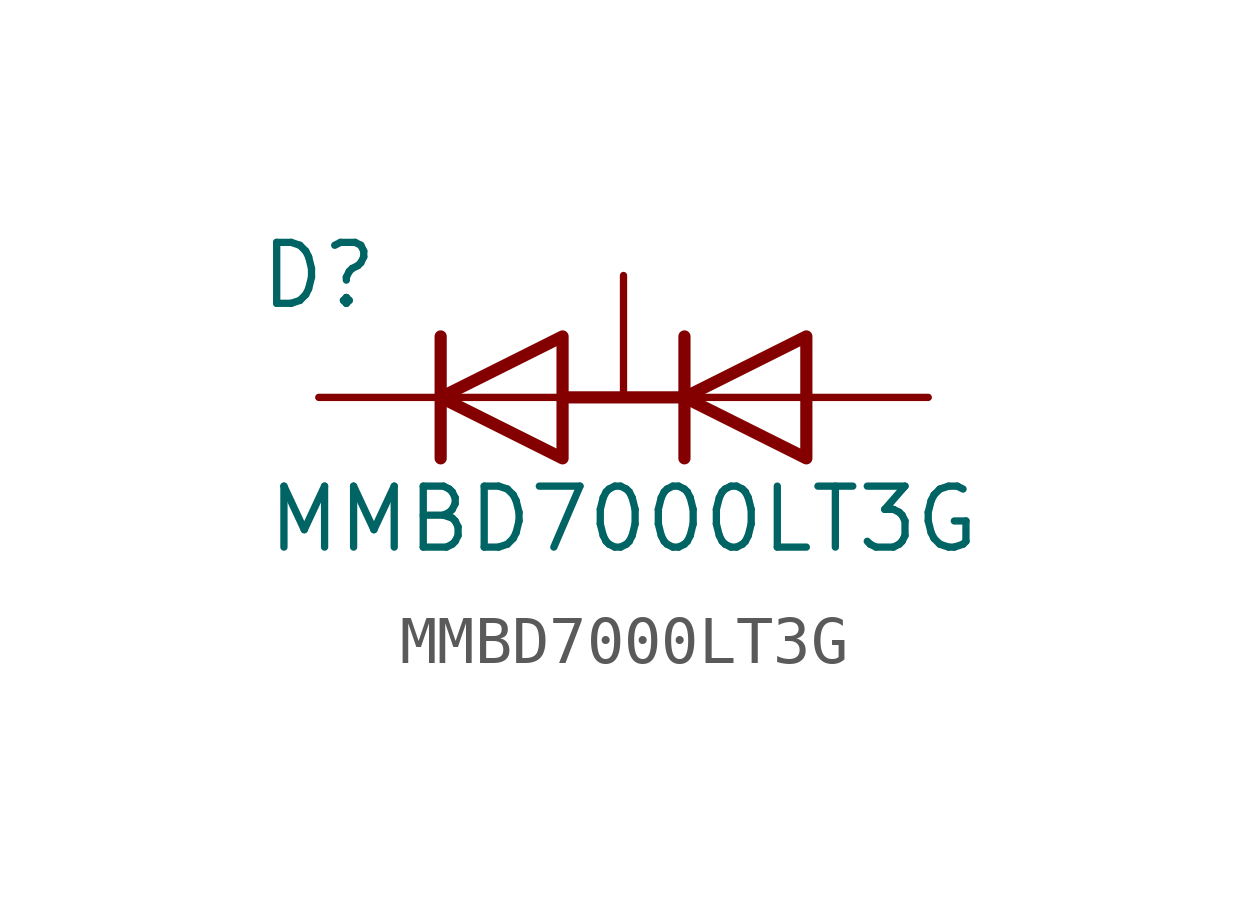
<source format=kicad_sym>
(kicad_symbol_lib
  (version 20220914)
  (generator kicad_symbol_editor)
  (symbol "MMBD7000LT3G"
    (pin_numbers hide)
    (pin_names hide)
    (property "Reference" "D"
      (at -6.35 2.54 0)
      (effects (font (size 1.27 1.27))))
    (property "Value" "MMBD7000LT3G"
      (at 0 -2.54 0)
      (effects (font (size 1.27 1.27))))
    (symbol "MMBD7000LT3G_0_1"
      (polyline (pts (xy -3.81 1.27) (xy -3.81 -1.27)) (stroke (width 0.254) (type default)) (fill (type none)))
      (polyline (pts (xy -1.27 0) (xy -3.81 0)) (stroke (width 0) (type default)) (fill (type none)))
      (polyline (pts (xy -1.27 0) (xy 1.27 0)) (stroke (width 0.254) (type default)) (fill (type none)))
      (polyline (pts (xy 1.27 1.27) (xy 1.27 -1.27)) (stroke (width 0.254) (type default)) (fill (type none)))
      (polyline (pts (xy 3.81 0) (xy 1.27 0)) (stroke (width 0) (type default)) (fill (type none)))
      (polyline (pts (xy -1.27 1.27) (xy -1.27 -1.27) (xy -3.81 0) (xy -1.27 1.27)) (stroke (width 0.254) (type default)) (fill (type none)))
      (polyline (pts (xy 3.81 1.27) (xy 3.81 -1.27) (xy 1.27 0) (xy 3.81 1.27)) (stroke (width 0.254) (type default)) (fill (type none))))
    (symbol "MMBD7000LT3G_1_1"
      (pin passive line (at 6.35 0 180) (length 2.54) (name "A" (effects (font (size 1.27 1.27)))) (number "1" (effects (font (size 1.27 1.27)))))
      (pin passive line (at -6.35 0 0) (length 2.54) (name "K" (effects (font (size 1.27 1.27)))) (number "2" (effects (font (size 1.27 1.27)))))
      (pin passive line (at 0 2.54 270) (length 2.54) (name "A/K" (effects (font (size 1.27 1.27)))) (number "3" (effects (font (size 1.27 1.27))))))))
</source>
